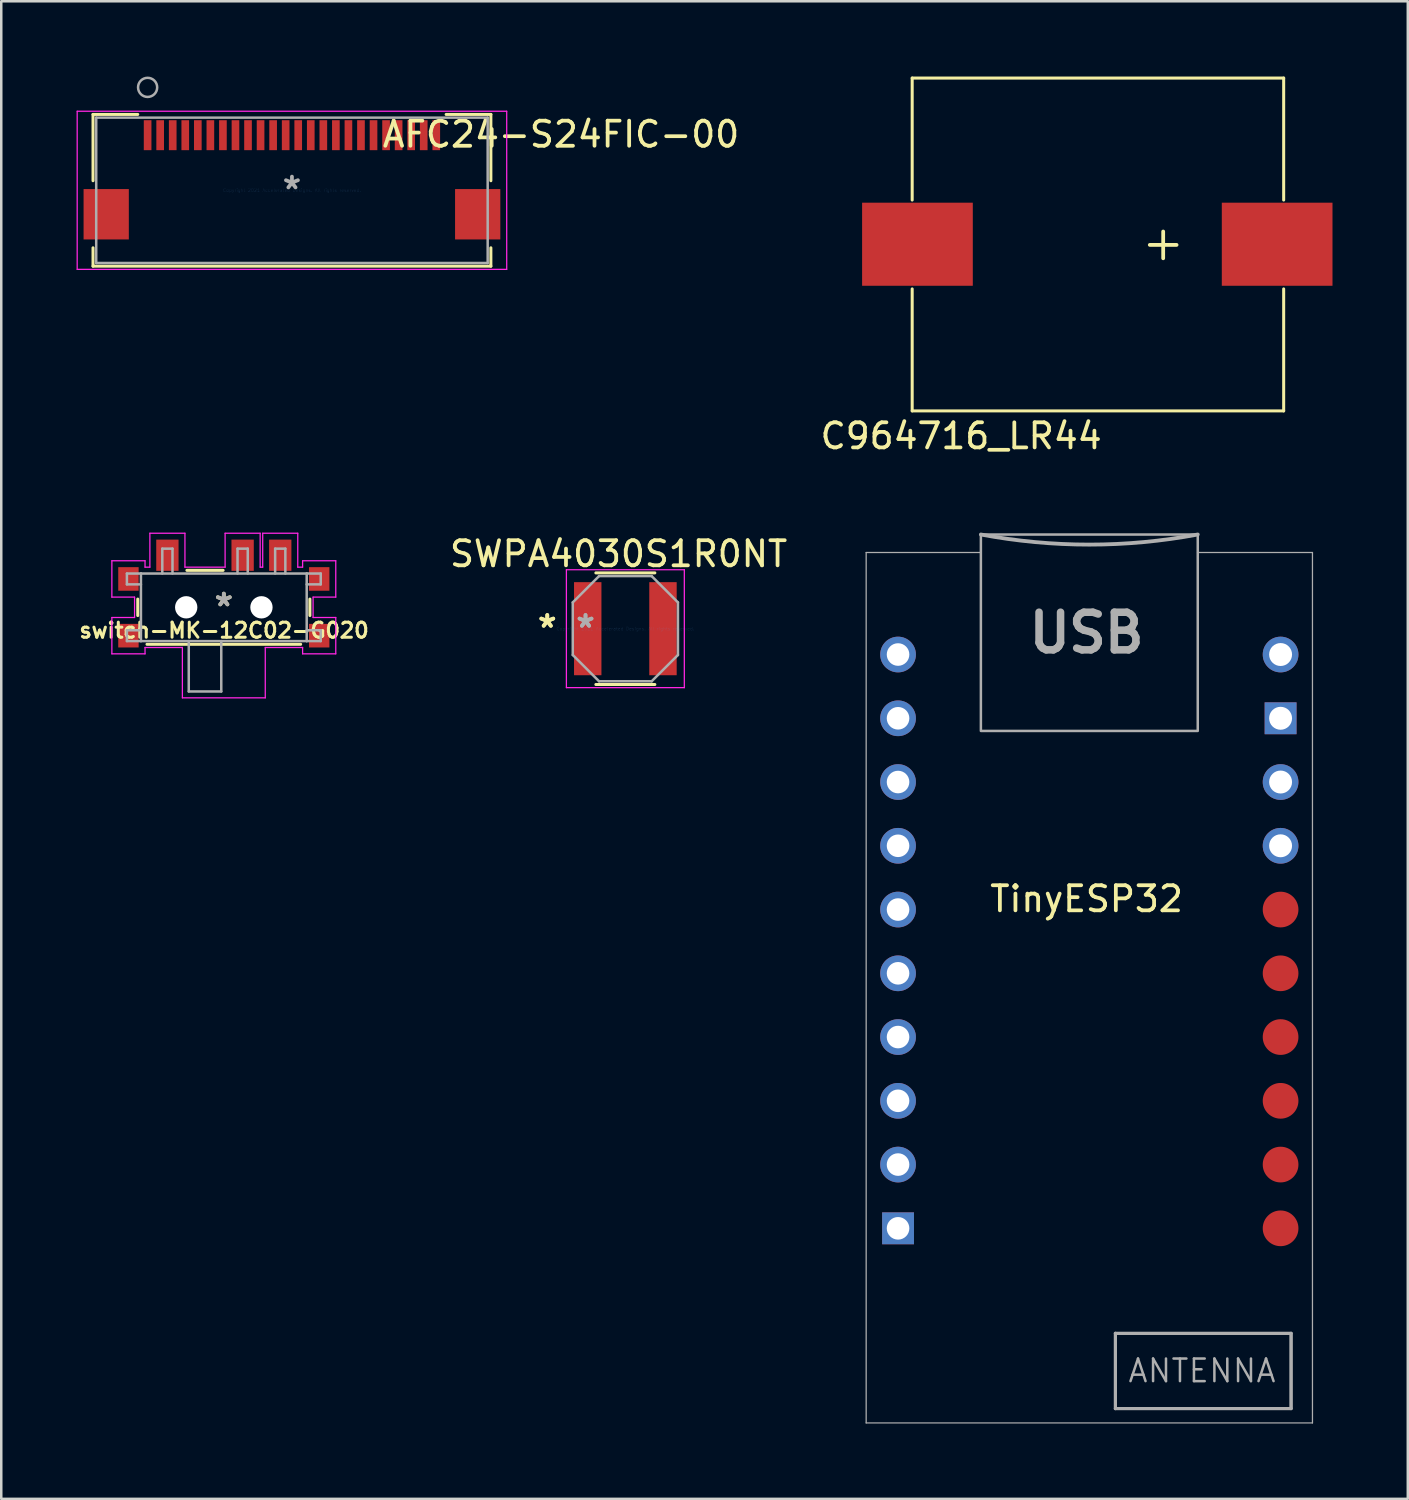
<source format=kicad_pcb>
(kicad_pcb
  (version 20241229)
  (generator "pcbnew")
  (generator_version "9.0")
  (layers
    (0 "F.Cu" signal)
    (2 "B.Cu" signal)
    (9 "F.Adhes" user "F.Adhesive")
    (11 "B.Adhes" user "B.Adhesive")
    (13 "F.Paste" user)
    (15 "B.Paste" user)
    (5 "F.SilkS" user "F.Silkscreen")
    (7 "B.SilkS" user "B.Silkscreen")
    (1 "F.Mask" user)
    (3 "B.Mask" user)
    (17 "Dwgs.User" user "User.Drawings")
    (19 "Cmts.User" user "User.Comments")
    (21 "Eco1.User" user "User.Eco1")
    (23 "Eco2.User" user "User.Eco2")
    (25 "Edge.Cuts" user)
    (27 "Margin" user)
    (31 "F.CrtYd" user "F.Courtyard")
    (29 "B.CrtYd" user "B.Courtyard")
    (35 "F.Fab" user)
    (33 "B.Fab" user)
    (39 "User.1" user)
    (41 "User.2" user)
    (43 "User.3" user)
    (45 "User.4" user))
  (footprint "SWPA4030S1R0NT"
    (layer "F.Cu")
    (at 21.864 21.997)
    (property "Reference" "SWPA4030S1R0NT" (at -0.27 -2.98 0) (layer "F.SilkS") (effects (font (size 1 1) (thickness 0.15))))
    (attr through_hole)
    (fp_line (start -1.175 2.223) (end 1.175 2.223) (stroke (width 0.12) (type solid)) (layer "F.SilkS"))
    (fp_line (start 1.175 -2.223) (end -1.175 -2.223) (stroke (width 0.12) (type solid)) (layer "F.SilkS"))
    (fp_line (start -2.349 -2.349) (end 2.349 -2.349) (stroke (width 0.05) (type solid)) (layer "F.CrtYd"))
    (fp_line (start -2.349 2.349) (end -2.349 -2.349) (stroke (width 0.05) (type solid)) (layer "F.CrtYd"))
    (fp_line (start 2.349 -2.349) (end 2.349 2.349) (stroke (width 0.05) (type solid)) (layer "F.CrtYd"))
    (fp_line (start 2.349 2.349) (end -2.349 2.349) (stroke (width 0.05) (type solid)) (layer "F.CrtYd"))
    (fp_line (start -2.095 -1.048) (end -2.095 1.048) (stroke (width 0.1) (type solid)) (layer "F.Fab"))
    (fp_line (start -2.095 1.048) (end -1.048 2.095) (stroke (width 0.1) (type solid)) (layer "F.Fab"))
    (fp_line (start -1.048 -2.095) (end -2.095 -1.048) (stroke (width 0.1) (type solid)) (layer "F.Fab"))
    (fp_line (start -1.048 2.095) (end 1.048 2.095) (stroke (width 0.1) (type solid)) (layer "F.Fab"))
    (fp_line (start 1.048 -2.095) (end -1.048 -2.095) (stroke (width 0.1) (type solid)) (layer "F.Fab"))
    (fp_line (start 1.048 2.095) (end 2.095 1.048) (stroke (width 0.1) (type solid)) (layer "F.Fab"))
    (fp_line (start 2.095 -1.048) (end 1.048 -2.095) (stroke (width 0.1) (type solid)) (layer "F.Fab"))
    (fp_line (start 2.095 1.048) (end 2.095 -1.048) (stroke (width 0.1) (type solid)) (layer "F.Fab"))
    (fp_text user "*" (at -3.111 0 0) (layer "F.SilkS") (effects (font (size 1 1) (thickness 0.15))))
    (fp_text user "*" (at -3.111 0 0) (layer "F.SilkS") (effects (font (size 1 1) (thickness 0.15))))
    (fp_text user "Copyright 2021 Accelerated Designs. All rights reserved." (at 0 0 0) (layer "Cmts.User") (effects (font (size 0.127 0.127) (thickness 0.002))))
    (fp_text user "*" (at -1.587 0 0) (layer "F.Fab") (effects (font (size 1 1) (thickness 0.15))))
    (fp_text user "*" (at -1.587 0 0) (layer "F.Fab") (effects (font (size 1 1) (thickness 0.15))))
    (pad "1" smd rect (at -1.499 0) (size 1.092 3.708) (layers "F.Cu" "F.Mask" "F.Paste"))
    (pad "2" smd rect (at 1.499 0) (size 1.092 3.708) (layers "F.Cu" "F.Mask" "F.Paste")))
  (footprint "TinyESP32"
    (layer "F.Cu")
    (at 40.238 36.962)
    (property "Reference" "TinyESP32" (at 0 -4.2 0) (unlocked yes) (layer "F.SilkS") (effects (font (size 1 1) (thickness 0.15))))
    (attr through_hole)
    (fp_line (start -8.78 16.677) (end -8.78 -18) (stroke (width 0.05) (type solid)) (layer "F.Fab"))
    (fp_line (start -4.21 -10.882) (end -4.21 -10.892) (stroke (width 0.01) (type solid)) (layer "F.Fab"))
    (fp_line (start -4.2 -18) (end -8.78 -18) (stroke (width 0.05) (type solid)) (layer "F.Fab"))
    (fp_line (start 1.148 13.107) (end 8.148 13.107) (stroke (width 0.127) (type solid)) (layer "F.Fab"))
    (fp_line (start 1.148 16.107) (end 1.148 13.107) (stroke (width 0.127) (type solid)) (layer "F.Fab"))
    (fp_line (start 4.43 -15.312) (end 4.43 -16.912) (stroke (width 0.01) (type solid)) (layer "F.Fab"))
    (fp_line (start 4.43 -10.882) (end 4.43 -10.892) (stroke (width 0.01) (type solid)) (layer "F.Fab"))
    (fp_line (start 8.148 13.107) (end 8.148 16.107) (stroke (width 0.127) (type solid)) (layer "F.Fab"))
    (fp_line (start 8.148 16.107) (end 1.148 16.107) (stroke (width 0.127) (type solid)) (layer "F.Fab"))
    (fp_line (start 9 -18) (end 4.42 -18) (stroke (width 0.05) (type solid)) (layer "F.Fab"))
    (fp_line (start 9 -18) (end 9 16.677) (stroke (width 0.05) (type solid)) (layer "F.Fab"))
    (fp_line (start 9 16.677) (end -8.78 16.677) (stroke (width 0.05) (type solid)) (layer "F.Fab"))
    (fp_rect (start 4.43 -18.717) (end -4.21 -10.892) (stroke (width 0.1) (type solid)) (fill no) (layer "F.Fab"))
    (fp_rect (start 8.148 13.107) (end 1.148 16.107) (stroke (width 0.1) (type solid)) (fill no) (layer "F.Fab"))
    (fp_rect (start 8.148 13.107) (end 1.148 16.107) (stroke (width 0.1) (type solid)) (fill no) (layer "F.Fab"))
    (fp_arc (start 4.43 -18.717425) (mid 0.11 -18.3151) (end -4.21 -18.717425) (stroke (width 0.1524) (type solid)) (layer "F.Fab"))
    (fp_text user "USB" (at 0 -14.8 0) (unlocked yes) (layer "F.Fab") (effects (font (size 1.5 1.5) (thickness 0.3))))
    (fp_text user "ANTENNA" (at 4.6 14.6 0) (unlocked yes) (layer "F.Fab") (effects (font (size 0.9 0.9) (thickness 0.1))))
    (pad "1" thru_hole circle (at 7.73 -13.936) (size 1.422 1.422) (drill 0.914) (layers "*.Cu" "*.Mask"))
    (pad "2" thru_hole rect (at 7.73 -11.396) (size 1.27 1.27) (drill 0.914) (layers "*.Cu" "*.Mask"))
    (pad "3" thru_hole circle (at 7.73 -8.856) (size 1.422 1.422) (drill 0.914) (layers "*.Cu" "*.Mask"))
    (pad "4" thru_hole circle (at 7.73 -6.316) (size 1.422 1.422) (drill 0.914) (layers "*.Cu" "*.Mask"))
    (pad "5" smd circle (at 7.73 -3.776) (size 1.422 1.422) (layers "F.Cu" "F.Mask" "F.Paste"))
    (pad "6" smd circle (at 7.73 -1.236) (size 1.422 1.422) (layers "F.Cu" "F.Mask" "F.Paste"))
    (pad "7" smd circle (at 7.73 1.304) (size 1.422 1.422) (layers "F.Cu" "F.Mask" "F.Paste"))
    (pad "8" smd circle (at 7.73 3.844) (size 1.422 1.422) (layers "F.Cu" "F.Mask" "F.Paste"))
    (pad "9" smd circle (at 7.73 6.384) (size 1.422 1.422) (layers "F.Cu" "F.Mask" "F.Paste"))
    (pad "10" smd circle (at 7.73 8.924) (size 1.422 1.422) (layers "F.Cu" "F.Mask" "F.Paste"))
    (pad "11" thru_hole rect (at -7.51 8.924) (size 1.27 1.27) (drill 0.9) (layers "*.Cu" "*.Mask"))
    (pad "12" thru_hole circle (at -7.51 6.384) (size 1.422 1.422) (drill 0.9) (layers "*.Cu" "*.Mask"))
    (pad "13" thru_hole circle (at -7.51 3.844) (size 1.422 1.422) (drill 0.9) (layers "*.Cu" "*.Mask"))
    (pad "14" thru_hole circle (at -7.51 1.304) (size 1.422 1.422) (drill 0.9) (layers "*.Cu" "*.Mask"))
    (pad "15" thru_hole circle (at -7.51 -1.236) (size 1.422 1.422) (drill 0.9) (layers "*.Cu" "*.Mask"))
    (pad "16" thru_hole circle (at -7.51 -3.776) (size 1.422 1.422) (drill 0.9) (layers "*.Cu" "*.Mask"))
    (pad "17" thru_hole circle (at -7.51 -6.316) (size 1.422 1.422) (drill 0.9) (layers "*.Cu" "*.Mask"))
    (pad "18" thru_hole circle (at -7.51 -8.856) (size 1.422 1.422) (drill 0.9) (layers "*.Cu" "*.Mask"))
    (pad "19" thru_hole circle (at -7.51 -11.396) (size 1.422 1.422) (drill 0.9) (layers "*.Cu" "*.Mask"))
    (pad "20" thru_hole circle (at -7.51 -13.936) (size 1.422 1.422) (drill 0.9) (layers "*.Cu" "*.Mask")))
  (footprint "C964716_LR44"
    (layer "F.Cu")
    (at 40.691 6.6)
    (property "Reference" "C964716_LR44" (at -5.45 7.72 0) (unlocked yes) (layer "F.SilkS") (effects (font (size 1 1) (thickness 0.15))))
    (attr smd)
    (fp_line (start -7.4 -6.54) (end -7.4 -1.68) (stroke (width 0.12) (type solid)) (layer "F.SilkS"))
    (fp_line (start -7.4 -6.54) (end 7.4 -6.54) (stroke (width 0.12) (type solid)) (layer "F.SilkS"))
    (fp_line (start -7.4 6.72) (end -7.4 1.86) (stroke (width 0.12) (type solid)) (layer "F.SilkS"))
    (fp_line (start 7.4 -6.54) (end 7.4 -1.68) (stroke (width 0.12) (type solid)) (layer "F.SilkS"))
    (fp_line (start 7.4 6.72) (end -7.4 6.72) (stroke (width 0.12) (type solid)) (layer "F.SilkS"))
    (fp_line (start 7.4 6.72) (end 7.4 1.86) (stroke (width 0.12) (type solid)) (layer "F.SilkS"))
    (fp_text user "+" (at 2.6 0 0) (unlocked yes) (layer "F.SilkS") (effects (font (size 1.4 1.4) (thickness 0.15))))
    (pad "1" smd rect (at 7.14 0.08) (size 4.41 3.31) (layers "F.Cu" "F.Mask" "F.Paste"))
    (pad "2" smd rect (at -7.19 0.08) (size 4.41 3.31) (layers "F.Cu" "F.Mask" "F.Paste")))
  (footprint "AFC24-S24FIC-00"
    (layer "F.Cu")
    (at 8.581 4.532)
    (property "Reference" "AFC24-S24FIC-00" (at 10.72 -2.23 180) (layer "F.SilkS") (effects (font (size 1 1) (thickness 0.15))))
    (attr through_hole)
    (fp_line (start -7.925 -3.023) (end -7.925 -0.382) (stroke (width 0.12) (type solid)) (layer "F.SilkS"))
    (fp_line (start -7.925 2.29) (end -7.925 3.023) (stroke (width 0.12) (type solid)) (layer "F.SilkS"))
    (fp_line (start -7.925 3.023) (end 7.925 3.023) (stroke (width 0.12) (type solid)) (layer "F.SilkS"))
    (fp_line (start -6.143 -3.023) (end -7.925 -3.023) (stroke (width 0.12) (type solid)) (layer "F.SilkS"))
    (fp_line (start 7.925 -3.023) (end 6.143 -3.023) (stroke (width 0.12) (type solid)) (layer "F.SilkS"))
    (fp_line (start 7.925 -0.382) (end 7.925 -3.023) (stroke (width 0.12) (type solid)) (layer "F.SilkS"))
    (fp_line (start 7.925 3.023) (end 7.925 2.29) (stroke (width 0.12) (type solid)) (layer "F.SilkS"))
    (fp_line (start -8.556 -3.15) (end -8.556 3.15) (stroke (width 0.05) (type solid)) (layer "F.CrtYd"))
    (fp_line (start -8.556 3.15) (end 8.556 3.15) (stroke (width 0.05) (type solid)) (layer "F.CrtYd"))
    (fp_line (start 8.556 -3.15) (end -8.556 -3.15) (stroke (width 0.05) (type solid)) (layer "F.CrtYd"))
    (fp_line (start 8.556 3.15) (end 8.556 -3.15) (stroke (width 0.05) (type solid)) (layer "F.CrtYd"))
    (fp_line (start -7.798 -2.896) (end -7.798 2.896) (stroke (width 0.1) (type solid)) (layer "F.Fab"))
    (fp_line (start -7.798 2.896) (end 7.798 2.896) (stroke (width 0.1) (type solid)) (layer "F.Fab"))
    (fp_line (start 7.798 -2.896) (end -7.798 -2.896) (stroke (width 0.1) (type solid)) (layer "F.Fab"))
    (fp_line (start 7.798 2.896) (end 7.798 -2.896) (stroke (width 0.1) (type solid)) (layer "F.Fab"))
    (fp_circle (center -5.75 -4.101) (end -5.369 -4.101) (stroke (width 0.1) (type solid)) (fill no) (layer "F.Fab"))
    (fp_text user "Copyright 2021 Accelerated Designs. All rights reserved." (at 0 0 0) (layer "Cmts.User") (effects (font (size 0.127 0.127) (thickness 0.002))))
    (fp_text user "*" (at 0 0 0) (layer "F.Fab") (effects (font (size 1 1) (thickness 0.15))))
    (pad "1" smd rect (at -5.75 -2.196) (size 0.305 1.194) (layers "F.Cu" "F.Mask" "F.Paste"))
    (pad "2" smd rect (at -5.25 -2.196) (size 0.305 1.194) (layers "F.Cu" "F.Mask" "F.Paste"))
    (pad "3" smd rect (at -4.75 -2.196) (size 0.305 1.194) (layers "F.Cu" "F.Mask" "F.Paste"))
    (pad "4" smd rect (at -4.25 -2.196) (size 0.305 1.194) (layers "F.Cu" "F.Mask" "F.Paste"))
    (pad "5" smd rect (at -3.75 -2.196) (size 0.305 1.194) (layers "F.Cu" "F.Mask" "F.Paste"))
    (pad "6" smd rect (at -3.25 -2.196) (size 0.305 1.194) (layers "F.Cu" "F.Mask" "F.Paste"))
    (pad "7" smd rect (at -2.75 -2.196) (size 0.305 1.194) (layers "F.Cu" "F.Mask" "F.Paste"))
    (pad "8" smd rect (at -2.25 -2.196) (size 0.305 1.194) (layers "F.Cu" "F.Mask" "F.Paste"))
    (pad "9" smd rect (at -1.75 -2.196) (size 0.305 1.194) (layers "F.Cu" "F.Mask" "F.Paste"))
    (pad "10" smd rect (at -1.25 -2.196) (size 0.305 1.194) (layers "F.Cu" "F.Mask" "F.Paste"))
    (pad "11" smd rect (at -0.75 -2.196) (size 0.305 1.194) (layers "F.Cu" "F.Mask" "F.Paste"))
    (pad "12" smd rect (at -0.25 -2.196) (size 0.305 1.194) (layers "F.Cu" "F.Mask" "F.Paste"))
    (pad "13" smd rect (at 0.25 -2.196) (size 0.305 1.194) (layers "F.Cu" "F.Mask" "F.Paste"))
    (pad "14" smd rect (at 0.75 -2.196) (size 0.305 1.194) (layers "F.Cu" "F.Mask" "F.Paste"))
    (pad "15" smd rect (at 1.25 -2.196) (size 0.305 1.194) (layers "F.Cu" "F.Mask" "F.Paste"))
    (pad "16" smd rect (at 1.75 -2.196) (size 0.305 1.194) (layers "F.Cu" "F.Mask" "F.Paste"))
    (pad "17" smd rect (at 2.25 -2.196) (size 0.305 1.194) (layers "F.Cu" "F.Mask" "F.Paste"))
    (pad "18" smd rect (at 2.75 -2.196) (size 0.305 1.194) (layers "F.Cu" "F.Mask" "F.Paste"))
    (pad "19" smd rect (at 3.25 -2.196) (size 0.305 1.194) (layers "F.Cu" "F.Mask" "F.Paste"))
    (pad "20" smd rect (at 3.75 -2.196) (size 0.305 1.194) (layers "F.Cu" "F.Mask" "F.Paste"))
    (pad "21" smd rect (at 4.25 -2.196) (size 0.305 1.194) (layers "F.Cu" "F.Mask" "F.Paste"))
    (pad "22" smd rect (at 4.75 -2.196) (size 0.305 1.194) (layers "F.Cu" "F.Mask" "F.Paste"))
    (pad "23" smd rect (at 5.25 -2.196) (size 0.305 1.194) (layers "F.Cu" "F.Mask" "F.Paste"))
    (pad "24" smd rect (at 5.75 -2.196) (size 0.305 1.194) (layers "F.Cu" "F.Mask" "F.Paste"))
    (pad "25" smd rect (at -7.4 0.954) (size 1.803 2.007) (layers "F.Cu" "F.Mask" "F.Paste"))
    (pad "26" smd rect (at 7.4 0.954) (size 1.803 2.007) (layers "F.Cu" "F.Mask" "F.Paste")))
  (footprint "switch-MK-12C02-G020"
    (layer "F.Cu")
    (at 5.867 21.145)
    (property "Reference" "switch-MK-12C02-G020" (at 0.01 0.92 0) (layer "F.SilkS") (effects (font (size 0.6 0.6) (thickness 0.12))))
    (attr through_hole)
    (fp_line (start -3.429 -0.328) (end -3.429 0.328) (stroke (width 0.12) (type solid)) (layer "F.SilkS"))
    (fp_line (start -3.061 1.473) (end 3.061 1.473) (stroke (width 0.12) (type solid)) (layer "F.SilkS"))
    (fp_line (start -0.028 -1.473) (end -1.471 -1.473) (stroke (width 0.12) (type solid)) (layer "F.SilkS"))
    (fp_line (start 3.429 0.328) (end 3.429 -0.328) (stroke (width 0.12) (type solid)) (layer "F.SilkS"))
    (fp_line (start -4.46 -1.854) (end -4.46 -0.406) (stroke (width 0.05) (type solid)) (layer "F.CrtYd"))
    (fp_line (start -4.46 -0.406) (end -3.556 -0.406) (stroke (width 0.05) (type solid)) (layer "F.CrtYd"))
    (fp_line (start -4.46 0.406) (end -4.46 1.854) (stroke (width 0.05) (type solid)) (layer "F.CrtYd"))
    (fp_line (start -4.46 1.854) (end -3.139 1.854) (stroke (width 0.05) (type solid)) (layer "F.CrtYd"))
    (fp_line (start -3.556 -0.406) (end -3.556 0.406) (stroke (width 0.05) (type solid)) (layer "F.CrtYd"))
    (fp_line (start -3.556 0.406) (end -4.46 0.406) (stroke (width 0.05) (type solid)) (layer "F.CrtYd"))
    (fp_line (start -3.139 -1.854) (end -4.46 -1.854) (stroke (width 0.05) (type solid)) (layer "F.CrtYd"))
    (fp_line (start -3.139 -1.6) (end -3.139 -1.854) (stroke (width 0.05) (type solid)) (layer "F.CrtYd"))
    (fp_line (start -3.139 1.6) (end -1.651 1.6) (stroke (width 0.05) (type solid)) (layer "F.CrtYd"))
    (fp_line (start -3.139 1.854) (end -3.139 1.6) (stroke (width 0.05) (type solid)) (layer "F.CrtYd"))
    (fp_line (start -2.946 -2.951) (end -2.946 -1.6) (stroke (width 0.05) (type solid)) (layer "F.CrtYd"))
    (fp_line (start -2.946 -1.6) (end -3.139 -1.6) (stroke (width 0.05) (type solid)) (layer "F.CrtYd"))
    (fp_line (start -1.651 1.6) (end -1.651 3.607) (stroke (width 0.05) (type solid)) (layer "F.CrtYd"))
    (fp_line (start -1.651 3.607) (end 1.651 3.607) (stroke (width 0.05) (type solid)) (layer "F.CrtYd"))
    (fp_line (start -1.549 -2.951) (end -2.946 -2.951) (stroke (width 0.05) (type solid)) (layer "F.CrtYd"))
    (fp_line (start -1.549 -1.6) (end -1.549 -2.951) (stroke (width 0.05) (type solid)) (layer "F.CrtYd"))
    (fp_line (start 0.051 -2.951) (end 0.051 -1.6) (stroke (width 0.05) (type solid)) (layer "F.CrtYd"))
    (fp_line (start 0.051 -1.6) (end -1.549 -1.6) (stroke (width 0.05) (type solid)) (layer "F.CrtYd"))
    (fp_line (start 1.448 -2.951) (end 0.051 -2.951) (stroke (width 0.05) (type solid)) (layer "F.CrtYd"))
    (fp_line (start 1.448 -1.6) (end 1.448 -2.951) (stroke (width 0.05) (type solid)) (layer "F.CrtYd"))
    (fp_line (start 1.549 -2.951) (end 1.549 -1.6) (stroke (width 0.05) (type solid)) (layer "F.CrtYd"))
    (fp_line (start 1.549 -1.6) (end 1.448 -1.6) (stroke (width 0.05) (type solid)) (layer "F.CrtYd"))
    (fp_line (start 1.651 1.6) (end 3.139 1.6) (stroke (width 0.05) (type solid)) (layer "F.CrtYd"))
    (fp_line (start 1.651 3.607) (end 1.651 1.6) (stroke (width 0.05) (type solid)) (layer "F.CrtYd"))
    (fp_line (start 2.946 -2.951) (end 1.549 -2.951) (stroke (width 0.05) (type solid)) (layer "F.CrtYd"))
    (fp_line (start 2.946 -1.6) (end 2.946 -2.951) (stroke (width 0.05) (type solid)) (layer "F.CrtYd"))
    (fp_line (start 3.139 -1.854) (end 3.139 -1.6) (stroke (width 0.05) (type solid)) (layer "F.CrtYd"))
    (fp_line (start 3.139 -1.6) (end 2.946 -1.6) (stroke (width 0.05) (type solid)) (layer "F.CrtYd"))
    (fp_line (start 3.139 1.6) (end 3.139 1.854) (stroke (width 0.05) (type solid)) (layer "F.CrtYd"))
    (fp_line (start 3.139 1.854) (end 4.46 1.854) (stroke (width 0.05) (type solid)) (layer "F.CrtYd"))
    (fp_line (start 3.556 -0.406) (end 4.46 -0.406) (stroke (width 0.05) (type solid)) (layer "F.CrtYd"))
    (fp_line (start 3.556 0.406) (end 3.556 -0.406) (stroke (width 0.05) (type solid)) (layer "F.CrtYd"))
    (fp_line (start 4.46 -1.854) (end 3.139 -1.854) (stroke (width 0.05) (type solid)) (layer "F.CrtYd"))
    (fp_line (start 4.46 -0.406) (end 4.46 -1.854) (stroke (width 0.05) (type solid)) (layer "F.CrtYd"))
    (fp_line (start 4.46 0.406) (end 3.556 0.406) (stroke (width 0.05) (type solid)) (layer "F.CrtYd"))
    (fp_line (start 4.46 1.854) (end 4.46 0.406) (stroke (width 0.05) (type solid)) (layer "F.CrtYd"))
    (fp_line (start -3.861 -1.346) (end -3.861 -0.914) (stroke (width 0.1) (type solid)) (layer "F.Fab"))
    (fp_line (start -3.861 0.914) (end -3.302 0.914) (stroke (width 0.1) (type solid)) (layer "F.Fab"))
    (fp_line (start -3.861 1.346) (end -3.861 0.914) (stroke (width 0.1) (type solid)) (layer "F.Fab"))
    (fp_line (start -3.302 -1.346) (end -3.861 -1.346) (stroke (width 0.1) (type solid)) (layer "F.Fab"))
    (fp_line (start -3.302 -1.346) (end -3.302 1.346) (stroke (width 0.1) (type solid)) (layer "F.Fab"))
    (fp_line (start -3.302 -0.914) (end -3.861 -0.914) (stroke (width 0.1) (type solid)) (layer "F.Fab"))
    (fp_line (start -3.302 1.346) (end -3.861 1.346) (stroke (width 0.1) (type solid)) (layer "F.Fab"))
    (fp_line (start -3.302 1.346) (end 3.302 1.346) (stroke (width 0.1) (type solid)) (layer "F.Fab"))
    (fp_line (start -2.451 -2.337) (end -2.045 -2.337) (stroke (width 0.1) (type solid)) (layer "F.Fab"))
    (fp_line (start -2.451 -1.346) (end -2.451 -2.337) (stroke (width 0.1) (type solid)) (layer "F.Fab"))
    (fp_line (start -2.045 -2.337) (end -2.045 -1.346) (stroke (width 0.1) (type solid)) (layer "F.Fab"))
    (fp_line (start -1.397 1.346) (end -1.397 3.353) (stroke (width 0.1) (type solid)) (layer "F.Fab"))
    (fp_line (start -1.397 3.353) (end -0.102 3.353) (stroke (width 0.1) (type solid)) (layer "F.Fab"))
    (fp_line (start -0.102 3.353) (end -0.102 1.346) (stroke (width 0.1) (type solid)) (layer "F.Fab"))
    (fp_line (start 0.546 -2.337) (end 0.953 -2.337) (stroke (width 0.1) (type solid)) (layer "F.Fab"))
    (fp_line (start 0.546 -1.346) (end 0.546 -2.337) (stroke (width 0.1) (type solid)) (layer "F.Fab"))
    (fp_line (start 0.953 -2.337) (end 0.953 -1.346) (stroke (width 0.1) (type solid)) (layer "F.Fab"))
    (fp_line (start 2.045 -2.337) (end 2.451 -2.337) (stroke (width 0.1) (type solid)) (layer "F.Fab"))
    (fp_line (start 2.045 -1.346) (end 2.045 -2.337) (stroke (width 0.1) (type solid)) (layer "F.Fab"))
    (fp_line (start 2.451 -2.337) (end 2.451 -1.346) (stroke (width 0.1) (type solid)) (layer "F.Fab"))
    (fp_line (start 3.302 -1.346) (end -3.302 -1.346) (stroke (width 0.1) (type solid)) (layer "F.Fab"))
    (fp_line (start 3.302 -0.914) (end 3.861 -0.914) (stroke (width 0.1) (type solid)) (layer "F.Fab"))
    (fp_line (start 3.302 1.346) (end 3.302 -1.346) (stroke (width 0.1) (type solid)) (layer "F.Fab"))
    (fp_line (start 3.302 1.346) (end 3.861 1.346) (stroke (width 0.1) (type solid)) (layer "F.Fab"))
    (fp_line (start 3.861 -1.346) (end 3.302 -1.346) (stroke (width 0.1) (type solid)) (layer "F.Fab"))
    (fp_line (start 3.861 -0.914) (end 3.861 -1.346) (stroke (width 0.1) (type solid)) (layer "F.Fab"))
    (fp_line (start 3.861 0.914) (end 3.302 0.914) (stroke (width 0.1) (type solid)) (layer "F.Fab"))
    (fp_line (start 3.861 1.346) (end 3.861 0.914) (stroke (width 0.1) (type solid)) (layer "F.Fab"))
    (fp_text user "*" (at 0 0 0) (layer "F.SilkS") (effects (font (size 1 1) (thickness 0.15))))
    (fp_text user "*" (at 0 0 0) (layer "F.Fab") (effects (font (size 1 1) (thickness 0.15))))
    (pad "" np_thru_hole circle (at -1.499 0) (size 0.889 0.889) (drill 0.889) (layers "*.Cu" "*.Mask"))
    (pad "" np_thru_hole circle (at 1.499 0) (size 0.889 0.889) (drill 0.889) (layers "*.Cu" "*.Mask"))
    (pad "1" smd rect (at -2.248 -2.075) (size 0.889 1.245) (layers "F.Cu" "F.Mask" "F.Paste"))
    (pad "2" smd rect (at 0.749 -2.075) (size 0.889 1.245) (layers "F.Cu" "F.Mask" "F.Paste"))
    (pad "3" smd rect (at 2.248 -2.075) (size 0.889 1.245) (layers "F.Cu" "F.Mask" "F.Paste"))
    (pad "6" smd rect (at -3.8 -1.13) (size 0.813 0.94) (layers "F.Cu" "F.Mask" "F.Paste"))
    (pad "7" smd rect (at 3.8 -1.13) (size 0.813 0.94) (layers "F.Cu" "F.Mask" "F.Paste"))
    (pad "8" smd rect (at -3.8 1.13) (size 0.813 0.94) (layers "F.Cu" "F.Mask" "F.Paste"))
    (pad "9" smd rect (at 3.8 1.13) (size 0.813 0.94) (layers "F.Cu" "F.Mask" "F.Paste")))
  (gr_rect
    (start -3 -3)
    (end 53.036 56.664)
    (stroke (width 0.1) (type default))
    (fill no)
    (layer "Edge.Cuts")))
</source>
